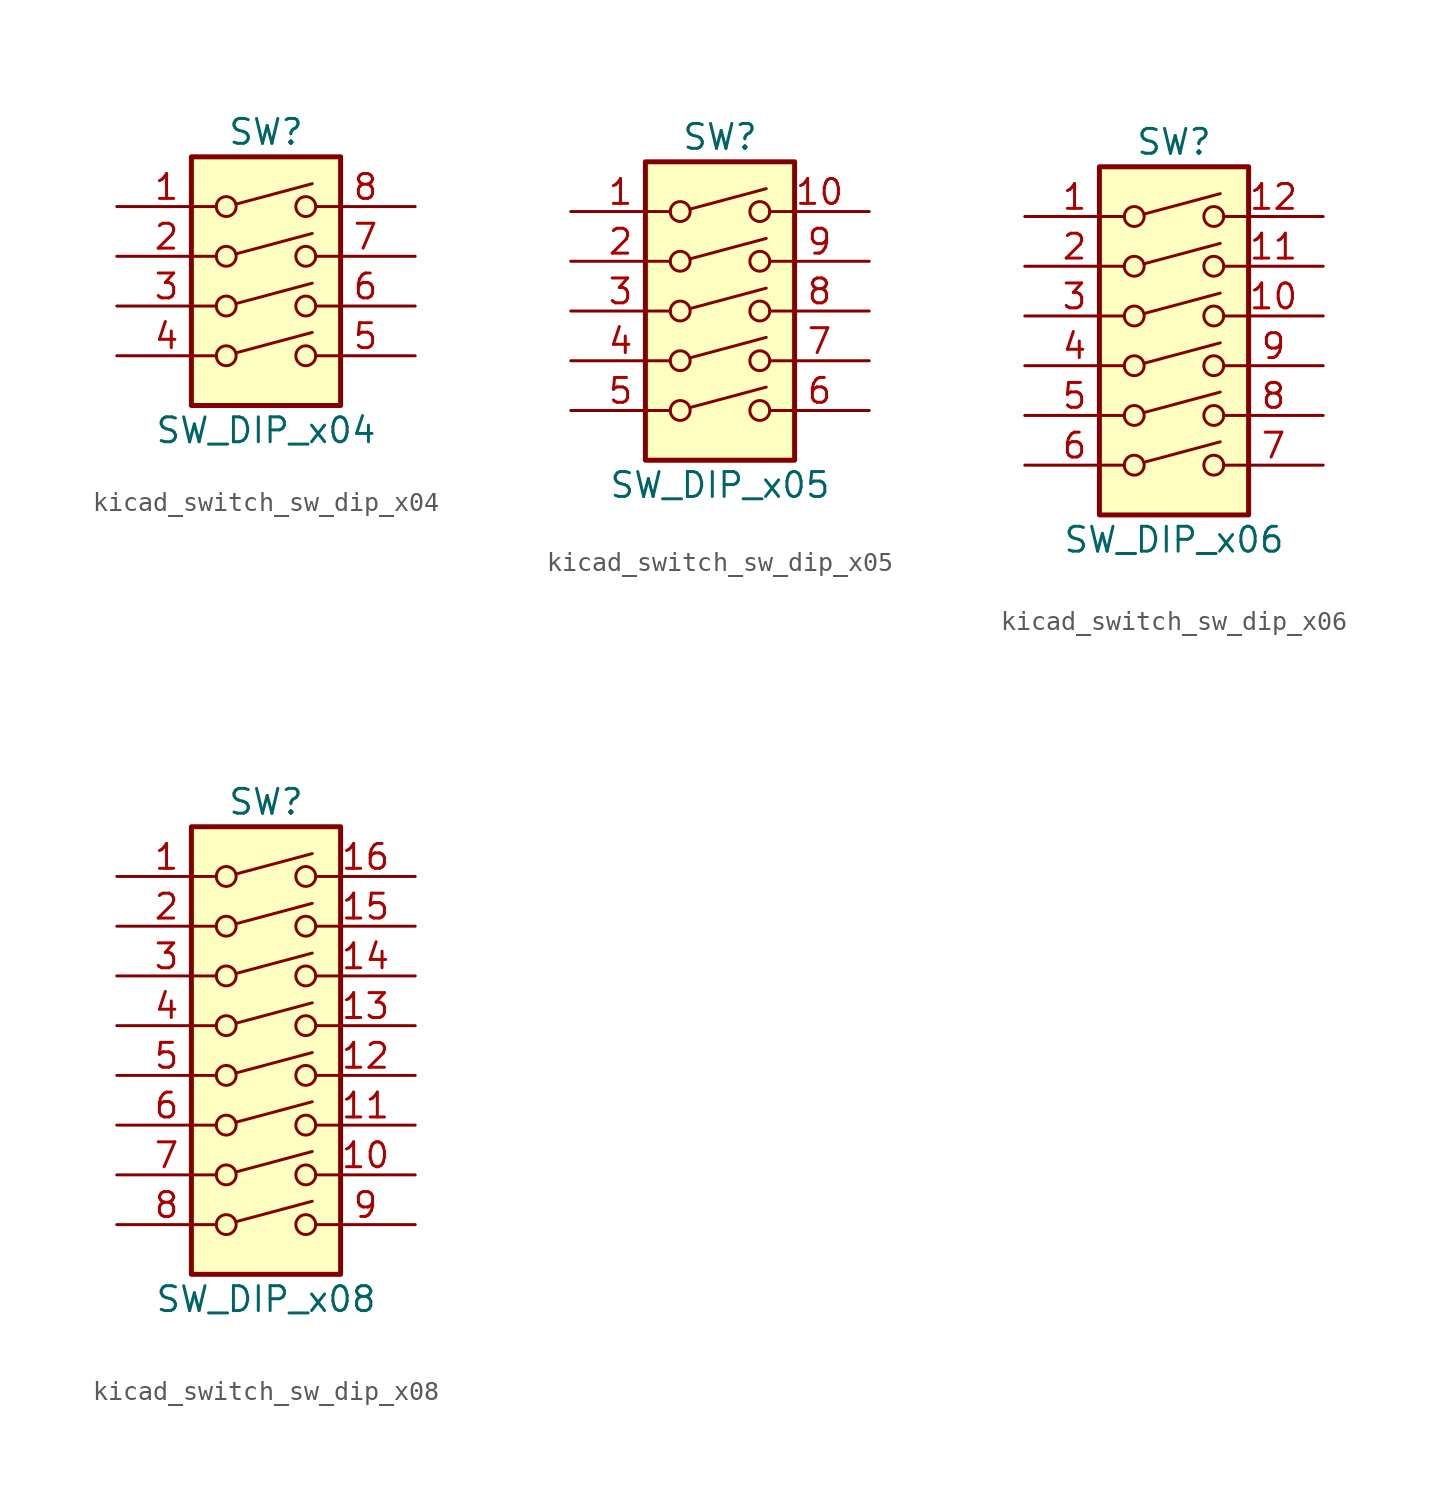
<source format=kicad_sym>
(kicad_symbol_lib
  (version 20220914)
  (generator kicad_symbol_editor)
  (symbol "kicad_switch_sw_dip_x04"
    (pin_names
      (offset 0) hide)
    (property "Reference" "SW"
      (at 0 8.89 0)
      (effects (font (size 1.27 1.27))))
    (property "Value" "SW_DIP_x04"
      (at 0 -6.35 0)
      (effects (font (size 1.27 1.27))))
    (symbol "kicad_switch_sw_dip_x04_0_0"
      (circle (center -2.032 -2.54) (radius 0.508) (stroke (width 0) (type default)) (fill (type none)))
      (circle (center -2.032 0) (radius 0.508) (stroke (width 0) (type default)) (fill (type none)))
      (circle (center -2.032 2.54) (radius 0.508) (stroke (width 0) (type default)) (fill (type none)))
      (circle (center -2.032 5.08) (radius 0.508) (stroke (width 0) (type default)) (fill (type none)))
      (polyline (pts (xy -1.524 -2.388) (xy 2.362 -1.346)) (stroke (width 0) (type default)) (fill (type none)))
      (polyline (pts (xy -1.524 0.127) (xy 2.362 1.168)) (stroke (width 0) (type default)) (fill (type none)))
      (polyline (pts (xy -1.524 2.667) (xy 2.362 3.708)) (stroke (width 0) (type default)) (fill (type none)))
      (polyline (pts (xy -1.524 5.207) (xy 2.362 6.248)) (stroke (width 0) (type default)) (fill (type none)))
      (circle (center 2.032 -2.54) (radius 0.508) (stroke (width 0) (type default)) (fill (type none)))
      (circle (center 2.032 0) (radius 0.508) (stroke (width 0) (type default)) (fill (type none)))
      (circle (center 2.032 2.54) (radius 0.508) (stroke (width 0) (type default)) (fill (type none)))
      (circle (center 2.032 5.08) (radius 0.508) (stroke (width 0) (type default)) (fill (type none))))
    (symbol "kicad_switch_sw_dip_x04_0_1"
      (rectangle (start -3.81 7.62) (end 3.81 -5.08) (stroke (width 0.254) (type default)) (fill (type background))))
    (symbol "kicad_switch_sw_dip_x04_1_1"
      (pin passive line (at -7.62 5.08 0) (length 5.08) (name "~" (effects (font (size 1.27 1.27)))) (number "1" (effects (font (size 1.27 1.27)))))
      (pin passive line (at -7.62 2.54 0) (length 5.08) (name "~" (effects (font (size 1.27 1.27)))) (number "2" (effects (font (size 1.27 1.27)))))
      (pin passive line (at -7.62 0 0) (length 5.08) (name "~" (effects (font (size 1.27 1.27)))) (number "3" (effects (font (size 1.27 1.27)))))
      (pin passive line (at -7.62 -2.54 0) (length 5.08) (name "~" (effects (font (size 1.27 1.27)))) (number "4" (effects (font (size 1.27 1.27)))))
      (pin passive line (at 7.62 -2.54 180) (length 5.08) (name "~" (effects (font (size 1.27 1.27)))) (number "5" (effects (font (size 1.27 1.27)))))
      (pin passive line (at 7.62 0 180) (length 5.08) (name "~" (effects (font (size 1.27 1.27)))) (number "6" (effects (font (size 1.27 1.27)))))
      (pin passive line (at 7.62 2.54 180) (length 5.08) (name "~" (effects (font (size 1.27 1.27)))) (number "7" (effects (font (size 1.27 1.27)))))
      (pin passive line (at 7.62 5.08 180) (length 5.08) (name "~" (effects (font (size 1.27 1.27)))) (number "8" (effects (font (size 1.27 1.27)))))))
  (symbol "kicad_switch_sw_dip_x05"
    (pin_names
      (offset 0) hide)
    (property "Reference" "SW"
      (at 0 8.89 0)
      (effects (font (size 1.27 1.27))))
    (property "Value" "SW_DIP_x05"
      (at 0 -8.89 0)
      (effects (font (size 1.27 1.27))))
    (symbol "kicad_switch_sw_dip_x05_0_0"
      (circle (center -2.032 -5.08) (radius 0.508) (stroke (width 0) (type default)) (fill (type none)))
      (circle (center -2.032 -2.54) (radius 0.508) (stroke (width 0) (type default)) (fill (type none)))
      (circle (center -2.032 0) (radius 0.508) (stroke (width 0) (type default)) (fill (type none)))
      (circle (center -2.032 2.54) (radius 0.508) (stroke (width 0) (type default)) (fill (type none)))
      (circle (center -2.032 5.08) (radius 0.508) (stroke (width 0) (type default)) (fill (type none)))
      (polyline (pts (xy -1.524 -4.928) (xy 2.362 -3.886)) (stroke (width 0) (type default)) (fill (type none)))
      (polyline (pts (xy -1.524 -2.388) (xy 2.362 -1.346)) (stroke (width 0) (type default)) (fill (type none)))
      (polyline (pts (xy -1.524 0.127) (xy 2.362 1.168)) (stroke (width 0) (type default)) (fill (type none)))
      (polyline (pts (xy -1.524 2.667) (xy 2.362 3.708)) (stroke (width 0) (type default)) (fill (type none)))
      (polyline (pts (xy -1.524 5.207) (xy 2.362 6.248)) (stroke (width 0) (type default)) (fill (type none)))
      (circle (center 2.032 -5.08) (radius 0.508) (stroke (width 0) (type default)) (fill (type none)))
      (circle (center 2.032 -2.54) (radius 0.508) (stroke (width 0) (type default)) (fill (type none)))
      (circle (center 2.032 0) (radius 0.508) (stroke (width 0) (type default)) (fill (type none)))
      (circle (center 2.032 2.54) (radius 0.508) (stroke (width 0) (type default)) (fill (type none)))
      (circle (center 2.032 5.08) (radius 0.508) (stroke (width 0) (type default)) (fill (type none))))
    (symbol "kicad_switch_sw_dip_x05_0_1"
      (rectangle (start -3.81 7.62) (end 3.81 -7.62) (stroke (width 0.254) (type default)) (fill (type background))))
    (symbol "kicad_switch_sw_dip_x05_1_1"
      (pin passive line (at -7.62 5.08 0) (length 5.08) (name "~" (effects (font (size 1.27 1.27)))) (number "1" (effects (font (size 1.27 1.27)))))
      (pin passive line (at 7.62 5.08 180) (length 5.08) (name "~" (effects (font (size 1.27 1.27)))) (number "10" (effects (font (size 1.27 1.27)))))
      (pin passive line (at -7.62 2.54 0) (length 5.08) (name "~" (effects (font (size 1.27 1.27)))) (number "2" (effects (font (size 1.27 1.27)))))
      (pin passive line (at -7.62 0 0) (length 5.08) (name "~" (effects (font (size 1.27 1.27)))) (number "3" (effects (font (size 1.27 1.27)))))
      (pin passive line (at -7.62 -2.54 0) (length 5.08) (name "~" (effects (font (size 1.27 1.27)))) (number "4" (effects (font (size 1.27 1.27)))))
      (pin passive line (at -7.62 -5.08 0) (length 5.08) (name "~" (effects (font (size 1.27 1.27)))) (number "5" (effects (font (size 1.27 1.27)))))
      (pin passive line (at 7.62 -5.08 180) (length 5.08) (name "~" (effects (font (size 1.27 1.27)))) (number "6" (effects (font (size 1.27 1.27)))))
      (pin passive line (at 7.62 -2.54 180) (length 5.08) (name "~" (effects (font (size 1.27 1.27)))) (number "7" (effects (font (size 1.27 1.27)))))
      (pin passive line (at 7.62 0 180) (length 5.08) (name "~" (effects (font (size 1.27 1.27)))) (number "8" (effects (font (size 1.27 1.27)))))
      (pin passive line (at 7.62 2.54 180) (length 5.08) (name "~" (effects (font (size 1.27 1.27)))) (number "9" (effects (font (size 1.27 1.27)))))))
  (symbol "kicad_switch_sw_dip_x06"
    (pin_names
      (offset 0) hide)
    (property "Reference" "SW"
      (at 0 11.43 0)
      (effects (font (size 1.27 1.27))))
    (property "Value" "SW_DIP_x06"
      (at 0 -8.89 0)
      (effects (font (size 1.27 1.27))))
    (symbol "kicad_switch_sw_dip_x06_0_0"
      (circle (center -2.032 -5.08) (radius 0.508) (stroke (width 0) (type default)) (fill (type none)))
      (circle (center -2.032 -2.54) (radius 0.508) (stroke (width 0) (type default)) (fill (type none)))
      (circle (center -2.032 0) (radius 0.508) (stroke (width 0) (type default)) (fill (type none)))
      (circle (center -2.032 2.54) (radius 0.508) (stroke (width 0) (type default)) (fill (type none)))
      (circle (center -2.032 5.08) (radius 0.508) (stroke (width 0) (type default)) (fill (type none)))
      (circle (center -2.032 7.62) (radius 0.508) (stroke (width 0) (type default)) (fill (type none)))
      (polyline (pts (xy -1.524 -4.928) (xy 2.362 -3.886)) (stroke (width 0) (type default)) (fill (type none)))
      (polyline (pts (xy -1.524 -2.388) (xy 2.362 -1.346)) (stroke (width 0) (type default)) (fill (type none)))
      (polyline (pts (xy -1.524 0.127) (xy 2.362 1.168)) (stroke (width 0) (type default)) (fill (type none)))
      (polyline (pts (xy -1.524 2.667) (xy 2.362 3.708)) (stroke (width 0) (type default)) (fill (type none)))
      (polyline (pts (xy -1.524 5.207) (xy 2.362 6.248)) (stroke (width 0) (type default)) (fill (type none)))
      (polyline (pts (xy -1.524 7.747) (xy 2.362 8.788)) (stroke (width 0) (type default)) (fill (type none)))
      (circle (center 2.032 -5.08) (radius 0.508) (stroke (width 0) (type default)) (fill (type none)))
      (circle (center 2.032 -2.54) (radius 0.508) (stroke (width 0) (type default)) (fill (type none)))
      (circle (center 2.032 0) (radius 0.508) (stroke (width 0) (type default)) (fill (type none)))
      (circle (center 2.032 2.54) (radius 0.508) (stroke (width 0) (type default)) (fill (type none)))
      (circle (center 2.032 5.08) (radius 0.508) (stroke (width 0) (type default)) (fill (type none)))
      (circle (center 2.032 7.62) (radius 0.508) (stroke (width 0) (type default)) (fill (type none))))
    (symbol "kicad_switch_sw_dip_x06_0_1"
      (rectangle (start -3.81 10.16) (end 3.81 -7.62) (stroke (width 0.254) (type default)) (fill (type background))))
    (symbol "kicad_switch_sw_dip_x06_1_1"
      (pin passive line (at -7.62 7.62 0) (length 5.08) (name "~" (effects (font (size 1.27 1.27)))) (number "1" (effects (font (size 1.27 1.27)))))
      (pin passive line (at 7.62 2.54 180) (length 5.08) (name "~" (effects (font (size 1.27 1.27)))) (number "10" (effects (font (size 1.27 1.27)))))
      (pin passive line (at 7.62 5.08 180) (length 5.08) (name "~" (effects (font (size 1.27 1.27)))) (number "11" (effects (font (size 1.27 1.27)))))
      (pin passive line (at 7.62 7.62 180) (length 5.08) (name "~" (effects (font (size 1.27 1.27)))) (number "12" (effects (font (size 1.27 1.27)))))
      (pin passive line (at -7.62 5.08 0) (length 5.08) (name "~" (effects (font (size 1.27 1.27)))) (number "2" (effects (font (size 1.27 1.27)))))
      (pin passive line (at -7.62 2.54 0) (length 5.08) (name "~" (effects (font (size 1.27 1.27)))) (number "3" (effects (font (size 1.27 1.27)))))
      (pin passive line (at -7.62 0 0) (length 5.08) (name "~" (effects (font (size 1.27 1.27)))) (number "4" (effects (font (size 1.27 1.27)))))
      (pin passive line (at -7.62 -2.54 0) (length 5.08) (name "~" (effects (font (size 1.27 1.27)))) (number "5" (effects (font (size 1.27 1.27)))))
      (pin passive line (at -7.62 -5.08 0) (length 5.08) (name "~" (effects (font (size 1.27 1.27)))) (number "6" (effects (font (size 1.27 1.27)))))
      (pin passive line (at 7.62 -5.08 180) (length 5.08) (name "~" (effects (font (size 1.27 1.27)))) (number "7" (effects (font (size 1.27 1.27)))))
      (pin passive line (at 7.62 -2.54 180) (length 5.08) (name "~" (effects (font (size 1.27 1.27)))) (number "8" (effects (font (size 1.27 1.27)))))
      (pin passive line (at 7.62 0 180) (length 5.08) (name "~" (effects (font (size 1.27 1.27)))) (number "9" (effects (font (size 1.27 1.27)))))))
  (symbol "kicad_switch_sw_dip_x08"
    (pin_names
      (offset 0) hide)
    (property "Reference" "SW"
      (at 0 13.97 0)
      (effects (font (size 1.27 1.27))))
    (property "Value" "SW_DIP_x08"
      (at 0 -11.43 0)
      (effects (font (size 1.27 1.27))))
    (symbol "kicad_switch_sw_dip_x08_0_0"
      (circle (center -2.032 -7.62) (radius 0.508) (stroke (width 0) (type default)) (fill (type none)))
      (circle (center -2.032 -5.08) (radius 0.508) (stroke (width 0) (type default)) (fill (type none)))
      (circle (center -2.032 -2.54) (radius 0.508) (stroke (width 0) (type default)) (fill (type none)))
      (circle (center -2.032 0) (radius 0.508) (stroke (width 0) (type default)) (fill (type none)))
      (circle (center -2.032 2.54) (radius 0.508) (stroke (width 0) (type default)) (fill (type none)))
      (circle (center -2.032 5.08) (radius 0.508) (stroke (width 0) (type default)) (fill (type none)))
      (circle (center -2.032 7.62) (radius 0.508) (stroke (width 0) (type default)) (fill (type none)))
      (circle (center -2.032 10.16) (radius 0.508) (stroke (width 0) (type default)) (fill (type none)))
      (polyline (pts (xy -1.524 -7.468) (xy 2.362 -6.426)) (stroke (width 0) (type default)) (fill (type none)))
      (polyline (pts (xy -1.524 -4.928) (xy 2.362 -3.886)) (stroke (width 0) (type default)) (fill (type none)))
      (polyline (pts (xy -1.524 -2.388) (xy 2.362 -1.346)) (stroke (width 0) (type default)) (fill (type none)))
      (polyline (pts (xy -1.524 0.127) (xy 2.362 1.168)) (stroke (width 0) (type default)) (fill (type none)))
      (polyline (pts (xy -1.524 2.667) (xy 2.362 3.708)) (stroke (width 0) (type default)) (fill (type none)))
      (polyline (pts (xy -1.524 5.207) (xy 2.362 6.248)) (stroke (width 0) (type default)) (fill (type none)))
      (polyline (pts (xy -1.524 7.747) (xy 2.362 8.788)) (stroke (width 0) (type default)) (fill (type none)))
      (polyline (pts (xy -1.524 10.287) (xy 2.362 11.328)) (stroke (width 0) (type default)) (fill (type none)))
      (circle (center 2.032 -7.62) (radius 0.508) (stroke (width 0) (type default)) (fill (type none)))
      (circle (center 2.032 -5.08) (radius 0.508) (stroke (width 0) (type default)) (fill (type none)))
      (circle (center 2.032 -2.54) (radius 0.508) (stroke (width 0) (type default)) (fill (type none)))
      (circle (center 2.032 0) (radius 0.508) (stroke (width 0) (type default)) (fill (type none)))
      (circle (center 2.032 2.54) (radius 0.508) (stroke (width 0) (type default)) (fill (type none)))
      (circle (center 2.032 5.08) (radius 0.508) (stroke (width 0) (type default)) (fill (type none)))
      (circle (center 2.032 7.62) (radius 0.508) (stroke (width 0) (type default)) (fill (type none)))
      (circle (center 2.032 10.16) (radius 0.508) (stroke (width 0) (type default)) (fill (type none))))
    (symbol "kicad_switch_sw_dip_x08_0_1"
      (rectangle (start -3.81 12.7) (end 3.81 -10.16) (stroke (width 0.254) (type default)) (fill (type background))))
    (symbol "kicad_switch_sw_dip_x08_1_1"
      (pin passive line (at -7.62 10.16 0) (length 5.08) (name "~" (effects (font (size 1.27 1.27)))) (number "1" (effects (font (size 1.27 1.27)))))
      (pin passive line (at 7.62 -5.08 180) (length 5.08) (name "~" (effects (font (size 1.27 1.27)))) (number "10" (effects (font (size 1.27 1.27)))))
      (pin passive line (at 7.62 -2.54 180) (length 5.08) (name "~" (effects (font (size 1.27 1.27)))) (number "11" (effects (font (size 1.27 1.27)))))
      (pin passive line (at 7.62 0 180) (length 5.08) (name "~" (effects (font (size 1.27 1.27)))) (number "12" (effects (font (size 1.27 1.27)))))
      (pin passive line (at 7.62 2.54 180) (length 5.08) (name "~" (effects (font (size 1.27 1.27)))) (number "13" (effects (font (size 1.27 1.27)))))
      (pin passive line (at 7.62 5.08 180) (length 5.08) (name "~" (effects (font (size 1.27 1.27)))) (number "14" (effects (font (size 1.27 1.27)))))
      (pin passive line (at 7.62 7.62 180) (length 5.08) (name "~" (effects (font (size 1.27 1.27)))) (number "15" (effects (font (size 1.27 1.27)))))
      (pin passive line (at 7.62 10.16 180) (length 5.08) (name "~" (effects (font (size 1.27 1.27)))) (number "16" (effects (font (size 1.27 1.27)))))
      (pin passive line (at -7.62 7.62 0) (length 5.08) (name "~" (effects (font (size 1.27 1.27)))) (number "2" (effects (font (size 1.27 1.27)))))
      (pin passive line (at -7.62 5.08 0) (length 5.08) (name "~" (effects (font (size 1.27 1.27)))) (number "3" (effects (font (size 1.27 1.27)))))
      (pin passive line (at -7.62 2.54 0) (length 5.08) (name "~" (effects (font (size 1.27 1.27)))) (number "4" (effects (font (size 1.27 1.27)))))
      (pin passive line (at -7.62 0 0) (length 5.08) (name "~" (effects (font (size 1.27 1.27)))) (number "5" (effects (font (size 1.27 1.27)))))
      (pin passive line (at -7.62 -2.54 0) (length 5.08) (name "~" (effects (font (size 1.27 1.27)))) (number "6" (effects (font (size 1.27 1.27)))))
      (pin passive line (at -7.62 -5.08 0) (length 5.08) (name "~" (effects (font (size 1.27 1.27)))) (number "7" (effects (font (size 1.27 1.27)))))
      (pin passive line (at -7.62 -7.62 0) (length 5.08) (name "~" (effects (font (size 1.27 1.27)))) (number "8" (effects (font (size 1.27 1.27)))))
      (pin passive line (at 7.62 -7.62 180) (length 5.08) (name "~" (effects (font (size 1.27 1.27)))) (number "9" (effects (font (size 1.27 1.27))))))))
</source>
